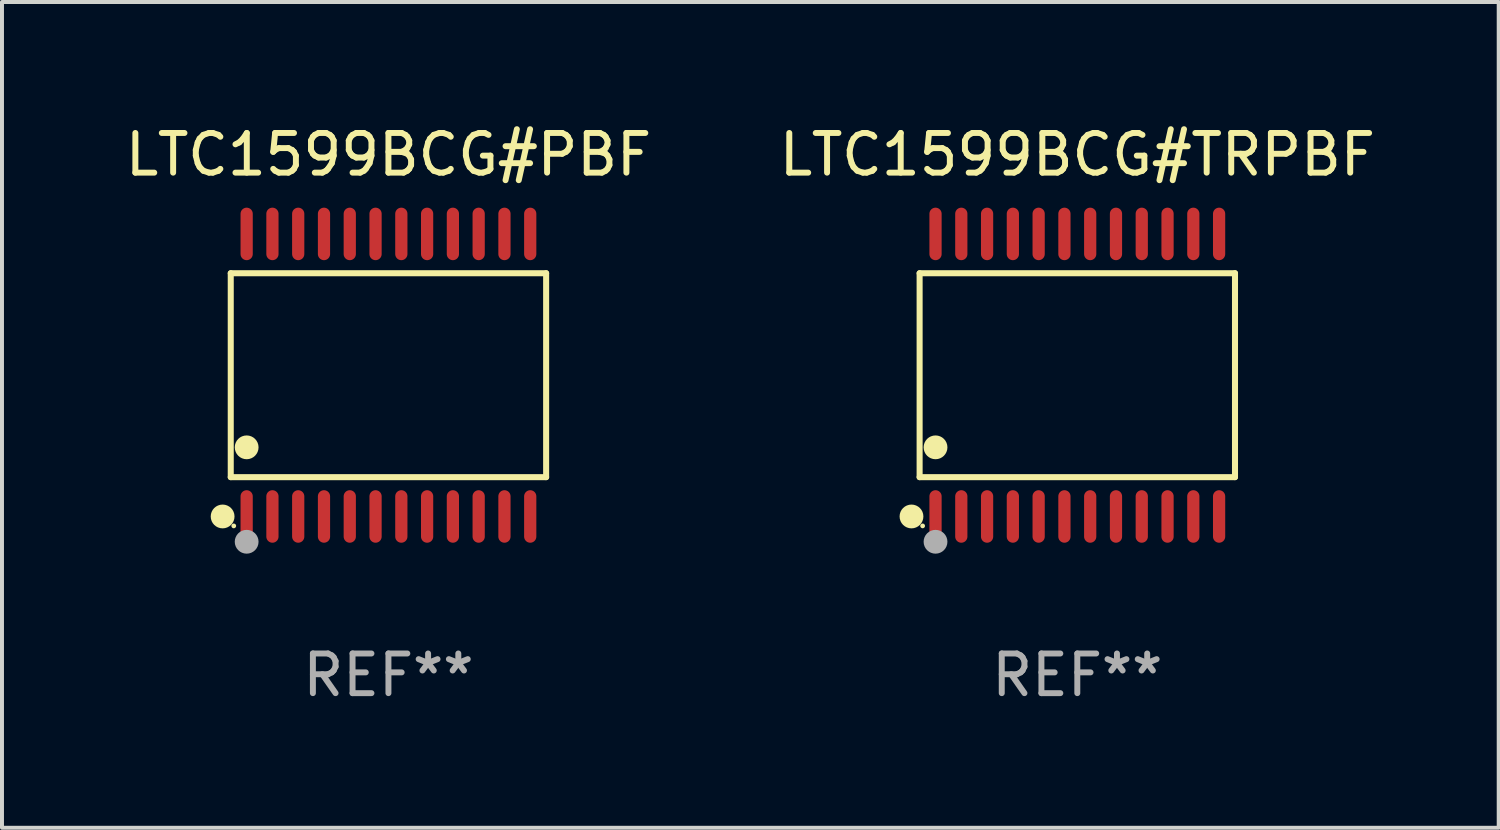
<source format=kicad_pcb>
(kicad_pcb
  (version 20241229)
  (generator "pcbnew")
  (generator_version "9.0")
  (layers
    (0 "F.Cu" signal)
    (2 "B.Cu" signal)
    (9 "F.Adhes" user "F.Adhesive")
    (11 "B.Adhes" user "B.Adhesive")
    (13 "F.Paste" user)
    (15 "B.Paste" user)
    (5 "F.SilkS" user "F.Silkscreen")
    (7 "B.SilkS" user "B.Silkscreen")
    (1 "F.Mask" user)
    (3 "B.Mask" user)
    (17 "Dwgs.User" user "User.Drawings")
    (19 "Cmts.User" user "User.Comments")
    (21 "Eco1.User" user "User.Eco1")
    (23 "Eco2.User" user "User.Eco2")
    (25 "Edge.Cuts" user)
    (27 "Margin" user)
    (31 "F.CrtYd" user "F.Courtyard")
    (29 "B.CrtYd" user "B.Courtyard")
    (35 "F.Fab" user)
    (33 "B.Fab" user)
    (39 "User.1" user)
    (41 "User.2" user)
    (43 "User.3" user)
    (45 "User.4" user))
  (footprint "LTC1599BCG#TRPBF"
    (layer "F.Cu")
    (at 24.113 6.41)
    (property "Reference" "LTC1599BCG#TRPBF" (at 0 -5.562 0) (layer "F.SilkS") (effects (font (size 1 1) (thickness 0.15))))
    (attr through_hole)
    (fp_line (start -3.976 -2.571) (end 3.976 -2.571) (stroke (width 0.152) (type solid)) (layer "F.SilkS"))
    (fp_line (start -3.976 2.571) (end -3.976 -2.571) (stroke (width 0.152) (type solid)) (layer "F.SilkS"))
    (fp_line (start 3.976 -2.571) (end 3.976 2.571) (stroke (width 0.152) (type solid)) (layer "F.SilkS"))
    (fp_line (start 3.976 2.571) (end -3.976 2.571) (stroke (width 0.152) (type solid)) (layer "F.SilkS"))
    (fp_circle (center -4.181 3.562) (end -4.031 3.562) (stroke (width 0.3) (type solid)) (fill no) (layer "F.SilkS"))
    (fp_circle (center -3.9 3.8) (end -3.87 3.8) (stroke (width 0.06) (type solid)) (fill no) (layer "F.SilkS"))
    (fp_circle (center -3.575 1.819) (end -3.425 1.819) (stroke (width 0.3) (type solid)) (fill no) (layer "F.SilkS"))
    (fp_circle (center -3.575 4.2) (end -3.425 4.2) (stroke (width 0.3) (type solid)) (fill no) (layer "F.Fab"))
    (fp_text user "REF**" (at 0 7.562 0) (layer "F.Fab") (effects (font (size 1 1) (thickness 0.15))))
    (pad "1" smd oval (at -3.575 3.562) (size 0.308 1.324) (layers "F.Cu" "F.Mask" "F.Paste"))
    (pad "2" smd oval (at -2.925 3.562) (size 0.308 1.324) (layers "F.Cu" "F.Mask" "F.Paste"))
    (pad "3" smd oval (at -2.275 3.562) (size 0.308 1.324) (layers "F.Cu" "F.Mask" "F.Paste"))
    (pad "4" smd oval (at -1.625 3.562) (size 0.308 1.324) (layers "F.Cu" "F.Mask" "F.Paste"))
    (pad "5" smd oval (at -0.975 3.562) (size 0.308 1.324) (layers "F.Cu" "F.Mask" "F.Paste"))
    (pad "6" smd oval (at -0.325 3.562) (size 0.308 1.324) (layers "F.Cu" "F.Mask" "F.Paste"))
    (pad "7" smd oval (at 0.325 3.562) (size 0.308 1.324) (layers "F.Cu" "F.Mask" "F.Paste"))
    (pad "8" smd oval (at 0.975 3.562) (size 0.308 1.324) (layers "F.Cu" "F.Mask" "F.Paste"))
    (pad "9" smd oval (at 1.625 3.562) (size 0.308 1.324) (layers "F.Cu" "F.Mask" "F.Paste"))
    (pad "10" smd oval (at 2.275 3.562) (size 0.308 1.324) (layers "F.Cu" "F.Mask" "F.Paste"))
    (pad "11" smd oval (at 2.925 3.562) (size 0.308 1.324) (layers "F.Cu" "F.Mask" "F.Paste"))
    (pad "12" smd oval (at 3.575 3.562) (size 0.308 1.324) (layers "F.Cu" "F.Mask" "F.Paste"))
    (pad "13" smd oval (at 3.575 -3.562) (size 0.308 1.324) (layers "F.Cu" "F.Mask" "F.Paste"))
    (pad "14" smd oval (at 2.925 -3.562) (size 0.308 1.324) (layers "F.Cu" "F.Mask" "F.Paste"))
    (pad "15" smd oval (at 2.275 -3.562) (size 0.308 1.324) (layers "F.Cu" "F.Mask" "F.Paste"))
    (pad "16" smd oval (at 1.625 -3.562) (size 0.308 1.324) (layers "F.Cu" "F.Mask" "F.Paste"))
    (pad "17" smd oval (at 0.975 -3.562) (size 0.308 1.324) (layers "F.Cu" "F.Mask" "F.Paste"))
    (pad "18" smd oval (at 0.325 -3.562) (size 0.308 1.324) (layers "F.Cu" "F.Mask" "F.Paste"))
    (pad "19" smd oval (at -0.325 -3.562) (size 0.308 1.324) (layers "F.Cu" "F.Mask" "F.Paste"))
    (pad "20" smd oval (at -0.975 -3.562) (size 0.308 1.324) (layers "F.Cu" "F.Mask" "F.Paste"))
    (pad "21" smd oval (at -1.625 -3.562) (size 0.308 1.324) (layers "F.Cu" "F.Mask" "F.Paste"))
    (pad "22" smd oval (at -2.275 -3.562) (size 0.308 1.324) (layers "F.Cu" "F.Mask" "F.Paste"))
    (pad "23" smd oval (at -2.925 -3.562) (size 0.308 1.324) (layers "F.Cu" "F.Mask" "F.Paste"))
    (pad "24" smd oval (at -3.575 -3.562) (size 0.308 1.324) (layers "F.Cu" "F.Mask" "F.Paste")))
  (footprint "LTC1599BCG#PBF"
    (layer "F.Cu")
    (at 6.744 6.41)
    (property "Reference" "LTC1599BCG#PBF" (at 0 -5.562 0) (layer "F.SilkS") (effects (font (size 1 1) (thickness 0.15))))
    (attr through_hole)
    (fp_line (start -3.976 -2.571) (end 3.976 -2.571) (stroke (width 0.152) (type solid)) (layer "F.SilkS"))
    (fp_line (start -3.976 2.571) (end -3.976 -2.571) (stroke (width 0.152) (type solid)) (layer "F.SilkS"))
    (fp_line (start 3.976 -2.571) (end 3.976 2.571) (stroke (width 0.152) (type solid)) (layer "F.SilkS"))
    (fp_line (start 3.976 2.571) (end -3.976 2.571) (stroke (width 0.152) (type solid)) (layer "F.SilkS"))
    (fp_circle (center -4.181 3.562) (end -4.031 3.562) (stroke (width 0.3) (type solid)) (fill no) (layer "F.SilkS"))
    (fp_circle (center -3.9 3.8) (end -3.87 3.8) (stroke (width 0.06) (type solid)) (fill no) (layer "F.SilkS"))
    (fp_circle (center -3.575 1.819) (end -3.425 1.819) (stroke (width 0.3) (type solid)) (fill no) (layer "F.SilkS"))
    (fp_circle (center -3.575 4.2) (end -3.425 4.2) (stroke (width 0.3) (type solid)) (fill no) (layer "F.Fab"))
    (fp_text user "REF**" (at 0 7.562 0) (layer "F.Fab") (effects (font (size 1 1) (thickness 0.15))))
    (pad "1" smd oval (at -3.575 3.562) (size 0.308 1.324) (layers "F.Cu" "F.Mask" "F.Paste"))
    (pad "2" smd oval (at -2.925 3.562) (size 0.308 1.324) (layers "F.Cu" "F.Mask" "F.Paste"))
    (pad "3" smd oval (at -2.275 3.562) (size 0.308 1.324) (layers "F.Cu" "F.Mask" "F.Paste"))
    (pad "4" smd oval (at -1.625 3.562) (size 0.308 1.324) (layers "F.Cu" "F.Mask" "F.Paste"))
    (pad "5" smd oval (at -0.975 3.562) (size 0.308 1.324) (layers "F.Cu" "F.Mask" "F.Paste"))
    (pad "6" smd oval (at -0.325 3.562) (size 0.308 1.324) (layers "F.Cu" "F.Mask" "F.Paste"))
    (pad "7" smd oval (at 0.325 3.562) (size 0.308 1.324) (layers "F.Cu" "F.Mask" "F.Paste"))
    (pad "8" smd oval (at 0.975 3.562) (size 0.308 1.324) (layers "F.Cu" "F.Mask" "F.Paste"))
    (pad "9" smd oval (at 1.625 3.562) (size 0.308 1.324) (layers "F.Cu" "F.Mask" "F.Paste"))
    (pad "10" smd oval (at 2.275 3.562) (size 0.308 1.324) (layers "F.Cu" "F.Mask" "F.Paste"))
    (pad "11" smd oval (at 2.925 3.562) (size 0.308 1.324) (layers "F.Cu" "F.Mask" "F.Paste"))
    (pad "12" smd oval (at 3.575 3.562) (size 0.308 1.324) (layers "F.Cu" "F.Mask" "F.Paste"))
    (pad "13" smd oval (at 3.575 -3.562) (size 0.308 1.324) (layers "F.Cu" "F.Mask" "F.Paste"))
    (pad "14" smd oval (at 2.925 -3.562) (size 0.308 1.324) (layers "F.Cu" "F.Mask" "F.Paste"))
    (pad "15" smd oval (at 2.275 -3.562) (size 0.308 1.324) (layers "F.Cu" "F.Mask" "F.Paste"))
    (pad "16" smd oval (at 1.625 -3.562) (size 0.308 1.324) (layers "F.Cu" "F.Mask" "F.Paste"))
    (pad "17" smd oval (at 0.975 -3.562) (size 0.308 1.324) (layers "F.Cu" "F.Mask" "F.Paste"))
    (pad "18" smd oval (at 0.325 -3.562) (size 0.308 1.324) (layers "F.Cu" "F.Mask" "F.Paste"))
    (pad "19" smd oval (at -0.325 -3.562) (size 0.308 1.324) (layers "F.Cu" "F.Mask" "F.Paste"))
    (pad "20" smd oval (at -0.975 -3.562) (size 0.308 1.324) (layers "F.Cu" "F.Mask" "F.Paste"))
    (pad "21" smd oval (at -1.625 -3.562) (size 0.308 1.324) (layers "F.Cu" "F.Mask" "F.Paste"))
    (pad "22" smd oval (at -2.275 -3.562) (size 0.308 1.324) (layers "F.Cu" "F.Mask" "F.Paste"))
    (pad "23" smd oval (at -2.925 -3.562) (size 0.308 1.324) (layers "F.Cu" "F.Mask" "F.Paste"))
    (pad "24" smd oval (at -3.575 -3.562) (size 0.308 1.324) (layers "F.Cu" "F.Mask" "F.Paste")))
  (gr_rect
    (start -3 -3)
    (end 34.738 17.821)
    (stroke (width 0.1) (type default))
    (fill no)
    (layer "Edge.Cuts")))
</source>
